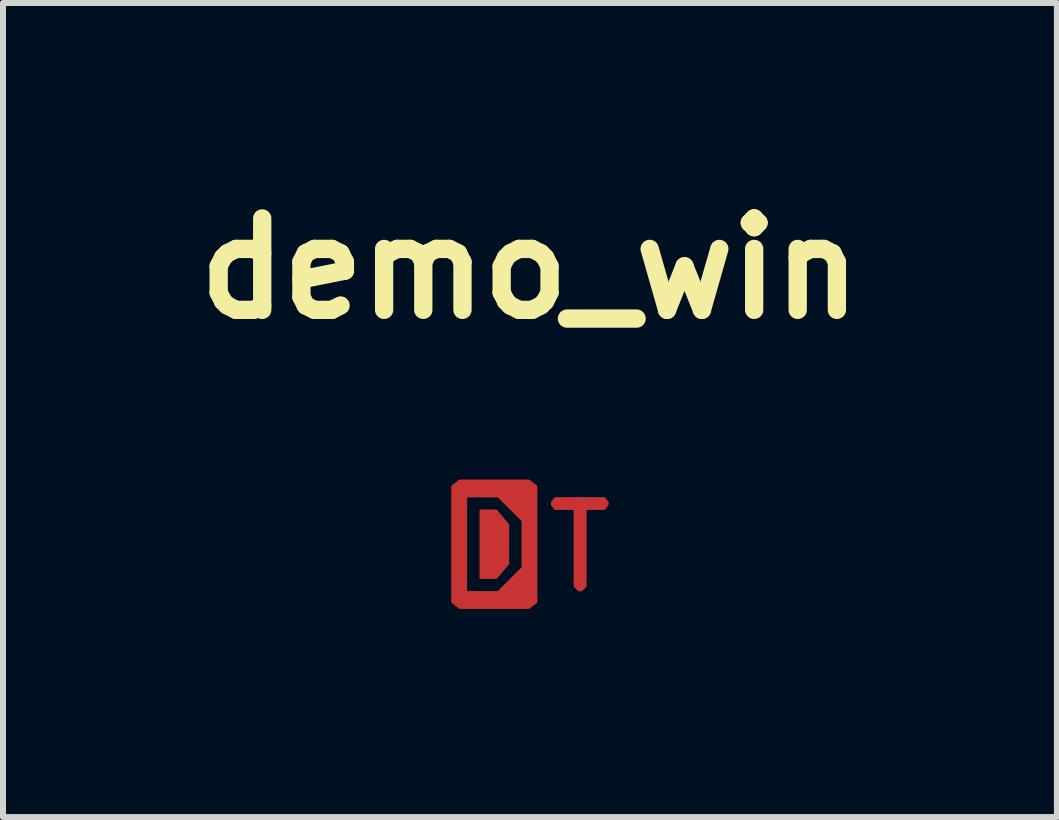
<source format=kicad_pcb>
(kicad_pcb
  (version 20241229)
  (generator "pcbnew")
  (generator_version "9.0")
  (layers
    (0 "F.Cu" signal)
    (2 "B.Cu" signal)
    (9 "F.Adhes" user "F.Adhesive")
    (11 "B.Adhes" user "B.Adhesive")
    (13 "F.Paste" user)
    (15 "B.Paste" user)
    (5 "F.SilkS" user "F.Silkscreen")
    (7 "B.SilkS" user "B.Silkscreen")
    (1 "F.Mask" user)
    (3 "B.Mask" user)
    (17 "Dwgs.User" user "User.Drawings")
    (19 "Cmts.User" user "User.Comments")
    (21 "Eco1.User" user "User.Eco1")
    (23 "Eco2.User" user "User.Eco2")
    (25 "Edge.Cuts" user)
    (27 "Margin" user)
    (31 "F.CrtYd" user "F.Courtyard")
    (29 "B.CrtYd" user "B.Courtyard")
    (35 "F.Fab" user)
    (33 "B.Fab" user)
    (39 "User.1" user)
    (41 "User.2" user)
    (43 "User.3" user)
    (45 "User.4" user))
  (footprint "demo_win"
    (layer "F.Cu")
    (at 5.784 6.022)
    (property "Reference" "demo_win" (at 0 -4.596 0) (layer "F.SilkS") (effects (font (size 1.524 1.524) (thickness 0.305))))
    (attr smd)
    (fp_poly (pts (xy -0.84 -0.579) (xy -0.84 0.579) (xy -0.594 0.579) (xy -0.552 0.576) (xy -0.346 0.331) (xy -0.346 -0.331) (xy -0.552 -0.576) (xy -0.594 -0.579) (xy -0.84 -0.579)) (stroke (width 0) (type solid)) (fill yes) (layer "F.Cu"))
    (fp_poly (pts (xy 0.412 -0.785) (xy 0.349 -0.701) (xy 0.349 -0.656) (xy 0.412 -0.572) (xy 0.728 -0.572) (xy 0.728 0.706) (xy 0.807 0.785) (xy 0.864 0.785) (xy 0.944 0.706) (xy 0.944 -0.572) (xy 1.25 -0.572) (xy 1.312 -0.656) (xy 1.312 -0.701) (xy 1.25 -0.785) (xy 0.412 -0.785)) (stroke (width 0) (type solid)) (fill yes) (layer "F.Cu"))
    (fp_poly (pts (xy -1.174 -1.079) (xy -1.048 -0.781) (xy -0.645 -0.781) (xy -0.543 -0.781) (xy -0.537 -0.781) (xy -0.14 -0.384) (xy -0.14 0.384) (xy -0.537 0.781) (xy -0.543 0.781) (xy -0.645 0.781) (xy -1.048 0.781) (xy -1.048 -0.781) (xy -1.174 -1.079) (xy -1.312 -0.974) (xy -1.312 0.974) (xy -1.174 1.079) (xy -0.014 1.079) (xy 0.124 0.974) (xy 0.124 -0.974) (xy -0.014 -1.079) (xy -1.174 -1.079)) (stroke (width 0) (type solid)) (fill yes) (layer "F.Cu"))
    (fp_poly (pts (xy -1.285 -1.548) (xy 1.285 -1.548) (xy 1.781 -1.052) (xy 1.781 1.052) (xy 1.285 1.548) (xy -1.285 1.548) (xy -1.781 1.052) (xy -1.781 -1.052) (xy -1.285 -1.548)) (stroke (width 0) (type solid)) (fill yes) (layer "F.Mask")))
  (gr_rect
    (start -3 -3)
    (end 14.568 10.57)
    (stroke (width 0.1) (type default))
    (fill no)
    (layer "Edge.Cuts")))
</source>
